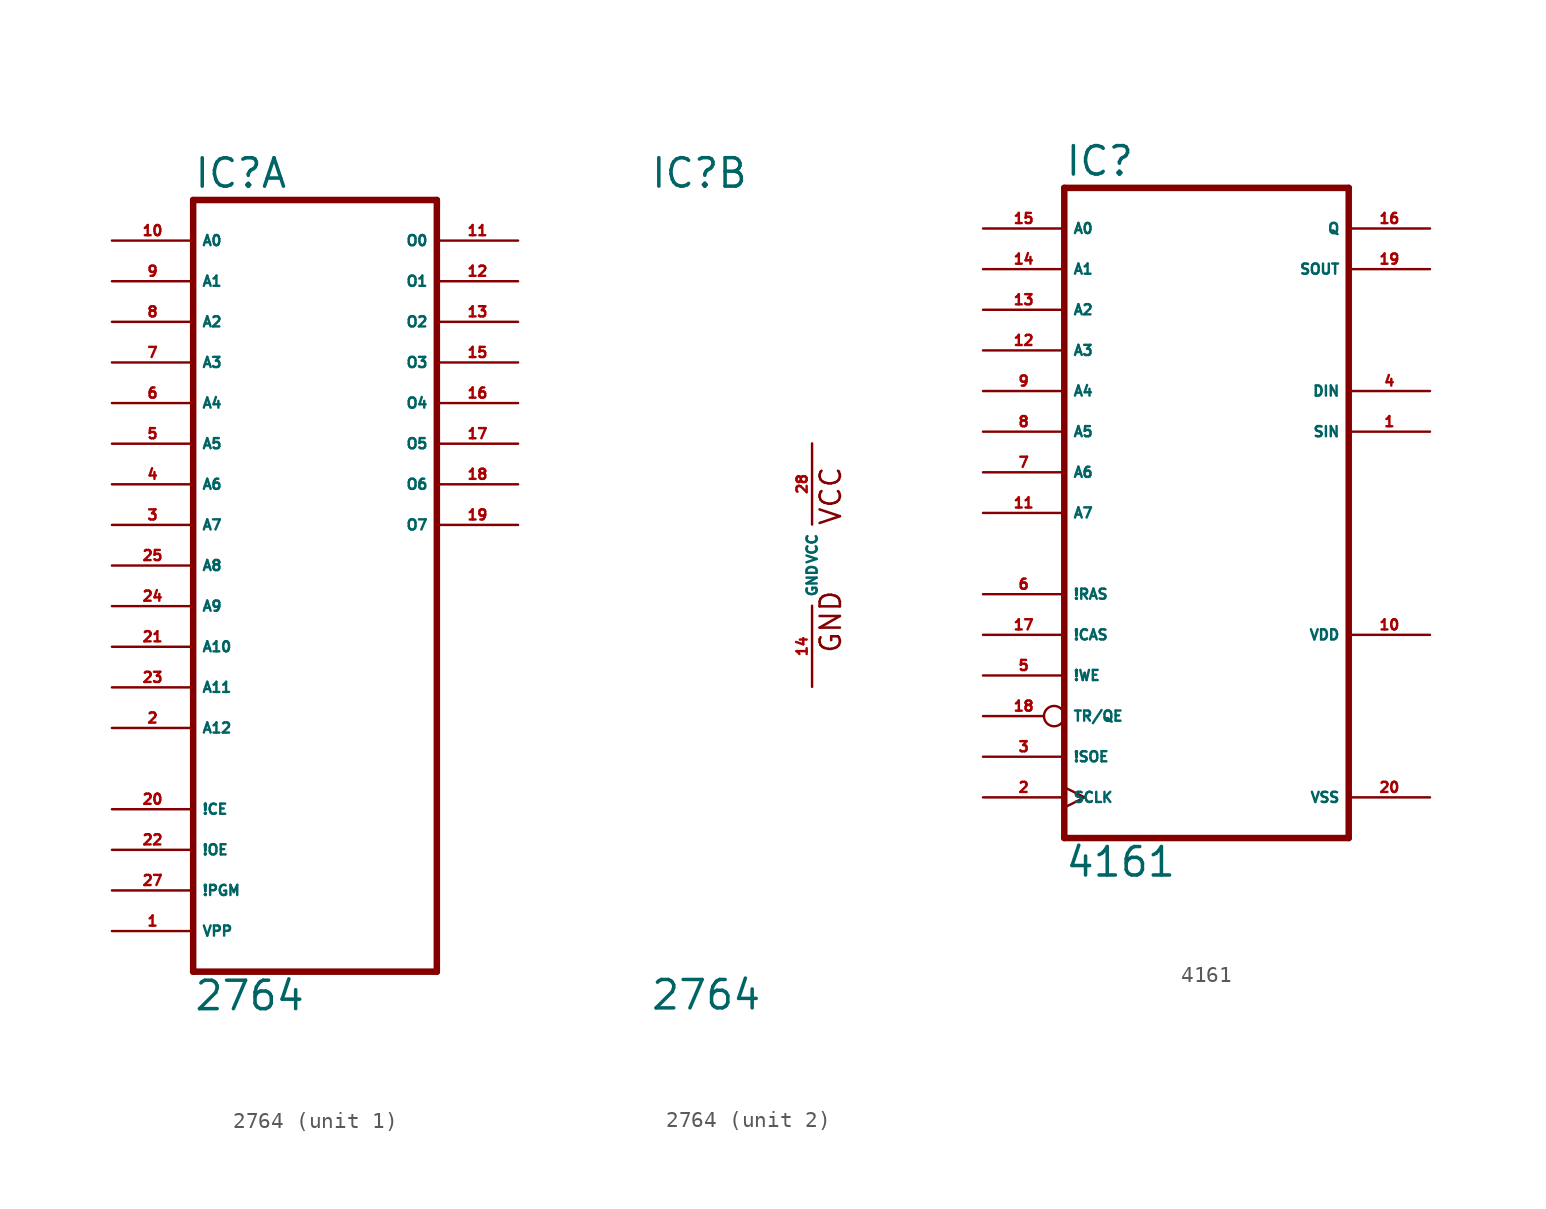
<source format=kicad_sym>
(kicad_symbol_lib
  (version 20220914)
  (generator Eagle2Kicad)
  (symbol "2764"
    (property "Reference" "IC"
      (at -10.16 23.495 0)
      (effects (font (size 1.778 1.778) (thickness 0.22)) (justify left bottom)))
    (property "Value" "2764"
      (at -10.16 -27.94 0)
      (effects (font (size 1.778 1.778) (thickness 0.22)) (justify left bottom)))
    (symbol "2764_1_0"
      (polyline (pts (xy -10.16 -25.4) (xy 5.08 -25.4)) (stroke (width 0.406) (type default)) (fill (type none)))
      (polyline (pts (xy 5.08 -25.4) (xy 5.08 22.86)) (stroke (width 0.406) (type default)) (fill (type none)))
      (polyline (pts (xy 5.08 22.86) (xy -10.16 22.86)) (stroke (width 0.406) (type default)) (fill (type none)))
      (polyline (pts (xy -10.16 22.86) (xy -10.16 -25.4)) (stroke (width 0.406) (type default)) (fill (type none)))
      (pin input line (at -15.24 -22.86 0) (length 5.08) (name "VPP" (effects (font (size 0.635 0.635) (thickness 0.08)) (justify left bottom))) (number "1" (effects (font (size 0.635 0.635) (thickness 0.08)) (justify left bottom))))
      (pin input line (at -15.24 -10.16 0) (length 5.08) (name "A12" (effects (font (size 0.635 0.635) (thickness 0.08)) (justify left bottom))) (number "2" (effects (font (size 0.635 0.635) (thickness 0.08)) (justify left bottom))))
      (pin input line (at -15.24 2.54 0) (length 5.08) (name "A7" (effects (font (size 0.635 0.635) (thickness 0.08)) (justify left bottom))) (number "3" (effects (font (size 0.635 0.635) (thickness 0.08)) (justify left bottom))))
      (pin input line (at -15.24 5.08 0) (length 5.08) (name "A6" (effects (font (size 0.635 0.635) (thickness 0.08)) (justify left bottom))) (number "4" (effects (font (size 0.635 0.635) (thickness 0.08)) (justify left bottom))))
      (pin input line (at -15.24 7.62 0) (length 5.08) (name "A5" (effects (font (size 0.635 0.635) (thickness 0.08)) (justify left bottom))) (number "5" (effects (font (size 0.635 0.635) (thickness 0.08)) (justify left bottom))))
      (pin input line (at -15.24 10.16 0) (length 5.08) (name "A4" (effects (font (size 0.635 0.635) (thickness 0.08)) (justify left bottom))) (number "6" (effects (font (size 0.635 0.635) (thickness 0.08)) (justify left bottom))))
      (pin input line (at -15.24 12.7 0) (length 5.08) (name "A3" (effects (font (size 0.635 0.635) (thickness 0.08)) (justify left bottom))) (number "7" (effects (font (size 0.635 0.635) (thickness 0.08)) (justify left bottom))))
      (pin input line (at -15.24 15.24 0) (length 5.08) (name "A2" (effects (font (size 0.635 0.635) (thickness 0.08)) (justify left bottom))) (number "8" (effects (font (size 0.635 0.635) (thickness 0.08)) (justify left bottom))))
      (pin input line (at -15.24 17.78 0) (length 5.08) (name "A1" (effects (font (size 0.635 0.635) (thickness 0.08)) (justify left bottom))) (number "9" (effects (font (size 0.635 0.635) (thickness 0.08)) (justify left bottom))))
      (pin input line (at -15.24 20.32 0) (length 5.08) (name "A0" (effects (font (size 0.635 0.635) (thickness 0.08)) (justify left bottom))) (number "10" (effects (font (size 0.635 0.635) (thickness 0.08)) (justify left bottom))))
      (pin tri_state line (at 10.16 20.32 180) (length 5.08) (name "O0" (effects (font (size 0.635 0.635) (thickness 0.08)) (justify left bottom))) (number "11" (effects (font (size 0.635 0.635) (thickness 0.08)) (justify left bottom))))
      (pin tri_state line (at 10.16 17.78 180) (length 5.08) (name "O1" (effects (font (size 0.635 0.635) (thickness 0.08)) (justify left bottom))) (number "12" (effects (font (size 0.635 0.635) (thickness 0.08)) (justify left bottom))))
      (pin tri_state line (at 10.16 15.24 180) (length 5.08) (name "O2" (effects (font (size 0.635 0.635) (thickness 0.08)) (justify left bottom))) (number "13" (effects (font (size 0.635 0.635) (thickness 0.08)) (justify left bottom))))
      (pin tri_state line (at 10.16 12.7 180) (length 5.08) (name "O3" (effects (font (size 0.635 0.635) (thickness 0.08)) (justify left bottom))) (number "15" (effects (font (size 0.635 0.635) (thickness 0.08)) (justify left bottom))))
      (pin tri_state line (at 10.16 10.16 180) (length 5.08) (name "O4" (effects (font (size 0.635 0.635) (thickness 0.08)) (justify left bottom))) (number "16" (effects (font (size 0.635 0.635) (thickness 0.08)) (justify left bottom))))
      (pin tri_state line (at 10.16 7.62 180) (length 5.08) (name "O5" (effects (font (size 0.635 0.635) (thickness 0.08)) (justify left bottom))) (number "17" (effects (font (size 0.635 0.635) (thickness 0.08)) (justify left bottom))))
      (pin tri_state line (at 10.16 5.08 180) (length 5.08) (name "O6" (effects (font (size 0.635 0.635) (thickness 0.08)) (justify left bottom))) (number "18" (effects (font (size 0.635 0.635) (thickness 0.08)) (justify left bottom))))
      (pin tri_state line (at 10.16 2.54 180) (length 5.08) (name "O7" (effects (font (size 0.635 0.635) (thickness 0.08)) (justify left bottom))) (number "19" (effects (font (size 0.635 0.635) (thickness 0.08)) (justify left bottom))))
      (pin input line (at -15.24 -15.24 0) (length 5.08) (name "!CE" (effects (font (size 0.635 0.635) (thickness 0.08)) (justify left bottom))) (number "20" (effects (font (size 0.635 0.635) (thickness 0.08)) (justify left bottom))))
      (pin input line (at -15.24 -5.08 0) (length 5.08) (name "A10" (effects (font (size 0.635 0.635) (thickness 0.08)) (justify left bottom))) (number "21" (effects (font (size 0.635 0.635) (thickness 0.08)) (justify left bottom))))
      (pin input line (at -15.24 -17.78 0) (length 5.08) (name "!OE" (effects (font (size 0.635 0.635) (thickness 0.08)) (justify left bottom))) (number "22" (effects (font (size 0.635 0.635) (thickness 0.08)) (justify left bottom))))
      (pin input line (at -15.24 -7.62 0) (length 5.08) (name "A11" (effects (font (size 0.635 0.635) (thickness 0.08)) (justify left bottom))) (number "23" (effects (font (size 0.635 0.635) (thickness 0.08)) (justify left bottom))))
      (pin input line (at -15.24 -2.54 0) (length 5.08) (name "A9" (effects (font (size 0.635 0.635) (thickness 0.08)) (justify left bottom))) (number "24" (effects (font (size 0.635 0.635) (thickness 0.08)) (justify left bottom))))
      (pin input line (at -15.24 0 0) (length 5.08) (name "A8" (effects (font (size 0.635 0.635) (thickness 0.08)) (justify left bottom))) (number "25" (effects (font (size 0.635 0.635) (thickness 0.08)) (justify left bottom))))
      (pin input line (at -15.24 -20.32 0) (length 5.08) (name "!PGM" (effects (font (size 0.635 0.635) (thickness 0.08)) (justify left bottom))) (number "27" (effects (font (size 0.635 0.635) (thickness 0.08)) (justify left bottom)))))
    (symbol "2764_2_0"
      (text "GND" (at 1.905 -5.588 900) (effects (font (size 1.27 1.27) (thickness 0.16)) (justify left bottom)))
      (text "VCC" (at 1.905 2.413 900) (effects (font (size 1.27 1.27) (thickness 0.16)) (justify left bottom)))
      (pin unspecified line (at 0 -7.62 90) (length 5.08) (name "GND" (effects (font (size 0.635 0.635) (thickness 0.08)) (justify left bottom))) (number "14" (effects (font (size 0.635 0.635) (thickness 0.08)) (justify left bottom))))
      (pin unspecified line (at 0 7.62 270) (length 5.08) (name "VCC" (effects (font (size 0.635 0.635) (thickness 0.08)) (justify left bottom))) (number "28" (effects (font (size 0.635 0.635) (thickness 0.08)) (justify left bottom))))))
  (symbol "4161"
    (property "Reference" "IC"
      (at -10.16 20.955 0)
      (effects (font (size 1.778 1.778) (thickness 0.22)) (justify left bottom)))
    (property "Value" "4161"
      (at -10.16 -22.86 0)
      (effects (font (size 1.778 1.778) (thickness 0.22)) (justify left bottom)))
    (polyline
      (pts (xy -10.16 -20.32) (xy 7.62 -20.32))
      (stroke (width 0.406) (type default))
      (fill (type none)))
    (polyline
      (pts (xy 7.62 -20.32) (xy 7.62 20.32))
      (stroke (width 0.406) (type default))
      (fill (type none)))
    (polyline
      (pts (xy 7.62 20.32) (xy -10.16 20.32))
      (stroke (width 0.406) (type default))
      (fill (type none)))
    (polyline
      (pts (xy -10.16 20.32) (xy -10.16 -20.32))
      (stroke (width 0.406) (type default))
      (fill (type none)))
    (pin input line
      (at 12.7 5.08 180)
      (length 5.08)
      (name "SIN" (effects (font (size 0.635 0.635) (thickness 0.08)) (justify left bottom)))
      (number "1" (effects (font (size 0.635 0.635) (thickness 0.08)) (justify left bottom))))
    (pin input clock
      (at -15.24 -17.78 0)
      (length 5.08)
      (name "SCLK" (effects (font (size 0.635 0.635) (thickness 0.08)) (justify left bottom)))
      (number "2" (effects (font (size 0.635 0.635) (thickness 0.08)) (justify left bottom))))
    (pin input line
      (at -15.24 -15.24 0)
      (length 5.08)
      (name "!SOE" (effects (font (size 0.635 0.635) (thickness 0.08)) (justify left bottom)))
      (number "3" (effects (font (size 0.635 0.635) (thickness 0.08)) (justify left bottom))))
    (pin input line
      (at 12.7 7.62 180)
      (length 5.08)
      (name "DIN" (effects (font (size 0.635 0.635) (thickness 0.08)) (justify left bottom)))
      (number "4" (effects (font (size 0.635 0.635) (thickness 0.08)) (justify left bottom))))
    (pin input line
      (at -15.24 -10.16 0)
      (length 5.08)
      (name "!WE" (effects (font (size 0.635 0.635) (thickness 0.08)) (justify left bottom)))
      (number "5" (effects (font (size 0.635 0.635) (thickness 0.08)) (justify left bottom))))
    (pin input line
      (at -15.24 -5.08 0)
      (length 5.08)
      (name "!RAS" (effects (font (size 0.635 0.635) (thickness 0.08)) (justify left bottom)))
      (number "6" (effects (font (size 0.635 0.635) (thickness 0.08)) (justify left bottom))))
    (pin input line
      (at -15.24 2.54 0)
      (length 5.08)
      (name "A6" (effects (font (size 0.635 0.635) (thickness 0.08)) (justify left bottom)))
      (number "7" (effects (font (size 0.635 0.635) (thickness 0.08)) (justify left bottom))))
    (pin input line
      (at -15.24 5.08 0)
      (length 5.08)
      (name "A5" (effects (font (size 0.635 0.635) (thickness 0.08)) (justify left bottom)))
      (number "8" (effects (font (size 0.635 0.635) (thickness 0.08)) (justify left bottom))))
    (pin input line
      (at -15.24 7.62 0)
      (length 5.08)
      (name "A4" (effects (font (size 0.635 0.635) (thickness 0.08)) (justify left bottom)))
      (number "9" (effects (font (size 0.635 0.635) (thickness 0.08)) (justify left bottom))))
    (pin input line
      (at -15.24 0 0)
      (length 5.08)
      (name "A7" (effects (font (size 0.635 0.635) (thickness 0.08)) (justify left bottom)))
      (number "11" (effects (font (size 0.635 0.635) (thickness 0.08)) (justify left bottom))))
    (pin input line
      (at -15.24 10.16 0)
      (length 5.08)
      (name "A3" (effects (font (size 0.635 0.635) (thickness 0.08)) (justify left bottom)))
      (number "12" (effects (font (size 0.635 0.635) (thickness 0.08)) (justify left bottom))))
    (pin input line
      (at -15.24 12.7 0)
      (length 5.08)
      (name "A2" (effects (font (size 0.635 0.635) (thickness 0.08)) (justify left bottom)))
      (number "13" (effects (font (size 0.635 0.635) (thickness 0.08)) (justify left bottom))))
    (pin input line
      (at -15.24 15.24 0)
      (length 5.08)
      (name "A1" (effects (font (size 0.635 0.635) (thickness 0.08)) (justify left bottom)))
      (number "14" (effects (font (size 0.635 0.635) (thickness 0.08)) (justify left bottom))))
    (pin input line
      (at -15.24 17.78 0)
      (length 5.08)
      (name "A0" (effects (font (size 0.635 0.635) (thickness 0.08)) (justify left bottom)))
      (number "15" (effects (font (size 0.635 0.635) (thickness 0.08)) (justify left bottom))))
    (pin tri_state line
      (at 12.7 17.78 180)
      (length 5.08)
      (name "Q" (effects (font (size 0.635 0.635) (thickness 0.08)) (justify left bottom)))
      (number "16" (effects (font (size 0.635 0.635) (thickness 0.08)) (justify left bottom))))
    (pin input line
      (at -15.24 -7.62 0)
      (length 5.08)
      (name "!CAS" (effects (font (size 0.635 0.635) (thickness 0.08)) (justify left bottom)))
      (number "17" (effects (font (size 0.635 0.635) (thickness 0.08)) (justify left bottom))))
    (pin input inverted
      (at -15.24 -12.7 0)
      (length 5.08)
      (name "TR/QE" (effects (font (size 0.635 0.635) (thickness 0.08)) (justify left bottom)))
      (number "18" (effects (font (size 0.635 0.635) (thickness 0.08)) (justify left bottom))))
    (pin output line
      (at 12.7 15.24 180)
      (length 5.08)
      (name "SOUT" (effects (font (size 0.635 0.635) (thickness 0.08)) (justify left bottom)))
      (number "19" (effects (font (size 0.635 0.635) (thickness 0.08)) (justify left bottom))))
    (pin unspecified line
      (at 12.7 -17.78 180)
      (length 5.08)
      (name "VSS" (effects (font (size 0.635 0.635) (thickness 0.08)) (justify left bottom)))
      (number "20" (effects (font (size 0.635 0.635) (thickness 0.08)) (justify left bottom))))
    (pin unspecified line
      (at 12.7 -7.62 180)
      (length 5.08)
      (name "VDD" (effects (font (size 0.635 0.635) (thickness 0.08)) (justify left bottom)))
      (number "10" (effects (font (size 0.635 0.635) (thickness 0.08)) (justify left bottom))))))
</source>
